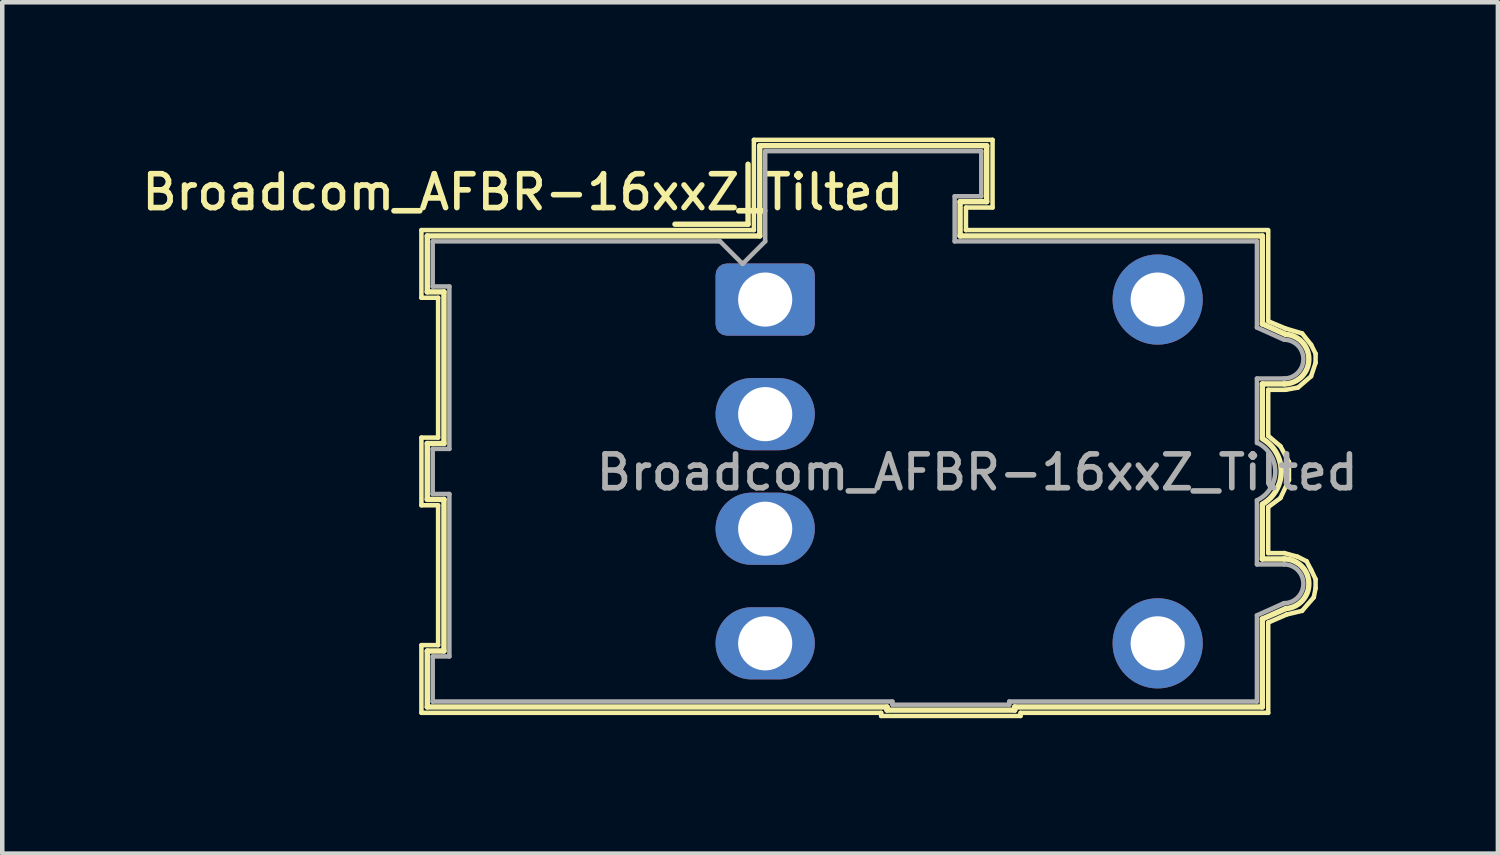
<source format=kicad_pcb>
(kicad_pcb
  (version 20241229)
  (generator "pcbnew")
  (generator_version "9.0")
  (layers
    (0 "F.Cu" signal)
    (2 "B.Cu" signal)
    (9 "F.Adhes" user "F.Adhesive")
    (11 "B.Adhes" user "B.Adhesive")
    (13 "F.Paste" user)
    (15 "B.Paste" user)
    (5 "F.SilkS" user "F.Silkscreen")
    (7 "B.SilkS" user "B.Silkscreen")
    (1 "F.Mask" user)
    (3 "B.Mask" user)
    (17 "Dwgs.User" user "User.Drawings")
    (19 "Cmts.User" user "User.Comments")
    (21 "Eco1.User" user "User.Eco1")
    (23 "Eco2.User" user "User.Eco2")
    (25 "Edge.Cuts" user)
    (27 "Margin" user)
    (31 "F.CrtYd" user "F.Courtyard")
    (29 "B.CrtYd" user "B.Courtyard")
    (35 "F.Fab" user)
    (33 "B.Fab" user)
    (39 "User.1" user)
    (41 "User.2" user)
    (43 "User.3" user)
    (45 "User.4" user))
  (footprint "Broadcom_AFBR-16xxZ_Tilted"
    (layer "F.Cu")
    (at 13.911 3.59)
    (property "Reference" "Broadcom_AFBR-16xxZ_Tilted" (at -5.37 -2.38 0) (layer "F.SilkS") (effects (font (size 0.75 0.75) (thickness 0.125))))
    (attr through_hole)
    (fp_line (start -7.62 -1.54) (end -0.25 -1.54) (stroke (width 0.1) (type solid)) (layer "F.SilkS"))
    (fp_line (start -7.62 -0.04) (end -7.62 -1.54) (stroke (width 0.1) (type solid)) (layer "F.SilkS"))
    (fp_line (start -7.62 3.06) (end -7.25 3.06) (stroke (width 0.1) (type solid)) (layer "F.SilkS"))
    (fp_line (start -7.62 4.56) (end -7.62 3.06) (stroke (width 0.1) (type solid)) (layer "F.SilkS"))
    (fp_line (start -7.62 7.66) (end -7.25 7.66) (stroke (width 0.1) (type solid)) (layer "F.SilkS"))
    (fp_line (start -7.62 9.16) (end -7.62 7.66) (stroke (width 0.1) (type solid)) (layer "F.SilkS"))
    (fp_line (start -7.49 -1.41) (end -0.12 -1.41) (stroke (width 0.12) (type solid)) (layer "F.SilkS"))
    (fp_line (start -7.49 -0.17) (end -7.49 -1.41) (stroke (width 0.12) (type solid)) (layer "F.SilkS"))
    (fp_line (start -7.49 3.19) (end -7.12 3.19) (stroke (width 0.12) (type solid)) (layer "F.SilkS"))
    (fp_line (start -7.49 4.43) (end -7.49 3.19) (stroke (width 0.12) (type solid)) (layer "F.SilkS"))
    (fp_line (start -7.49 7.79) (end -7.12 7.79) (stroke (width 0.12) (type solid)) (layer "F.SilkS"))
    (fp_line (start -7.49 9.03) (end -7.49 7.79) (stroke (width 0.12) (type solid)) (layer "F.SilkS"))
    (fp_line (start -7.25 -0.04) (end -7.62 -0.04) (stroke (width 0.1) (type solid)) (layer "F.SilkS"))
    (fp_line (start -7.25 3.06) (end -7.25 -0.04) (stroke (width 0.1) (type solid)) (layer "F.SilkS"))
    (fp_line (start -7.25 4.56) (end -7.62 4.56) (stroke (width 0.1) (type solid)) (layer "F.SilkS"))
    (fp_line (start -7.25 7.66) (end -7.25 4.56) (stroke (width 0.1) (type solid)) (layer "F.SilkS"))
    (fp_line (start -7.12 -0.17) (end -7.49 -0.17) (stroke (width 0.12) (type solid)) (layer "F.SilkS"))
    (fp_line (start -7.12 3.19) (end -7.12 -0.17) (stroke (width 0.12) (type solid)) (layer "F.SilkS"))
    (fp_line (start -7.12 4.43) (end -7.49 4.43) (stroke (width 0.12) (type solid)) (layer "F.SilkS"))
    (fp_line (start -7.12 7.79) (end -7.12 4.43) (stroke (width 0.12) (type solid)) (layer "F.SilkS"))
    (fp_line (start -0.38 -3) (end -0.38 -1.67) (stroke (width 0.12) (type solid)) (layer "F.SilkS"))
    (fp_line (start -0.38 -1.67) (end -2 -1.67) (stroke (width 0.12) (type solid)) (layer "F.SilkS"))
    (fp_line (start -0.25 -3.54) (end 5.04 -3.54) (stroke (width 0.1) (type solid)) (layer "F.SilkS"))
    (fp_line (start -0.25 -1.54) (end -0.25 -3.54) (stroke (width 0.1) (type solid)) (layer "F.SilkS"))
    (fp_line (start -0.12 -3.41) (end 4.91 -3.41) (stroke (width 0.12) (type solid)) (layer "F.SilkS"))
    (fp_line (start -0.12 -1.41) (end -0.12 -3.41) (stroke (width 0.12) (type solid)) (layer "F.SilkS"))
    (fp_line (start 2.57 9.16) (end -7.62 9.16) (stroke (width 0.1) (type solid)) (layer "F.SilkS"))
    (fp_line (start 2.57 9.23) (end 2.57 9.16) (stroke (width 0.1) (type solid)) (layer "F.SilkS"))
    (fp_line (start 2.7 9.03) (end -7.49 9.03) (stroke (width 0.12) (type solid)) (layer "F.SilkS"))
    (fp_line (start 2.7 9.1) (end 2.7 9.03) (stroke (width 0.12) (type solid)) (layer "F.SilkS"))
    (fp_line (start 4.32 -2.17) (end 4.32 -1.41) (stroke (width 0.12) (type solid)) (layer "F.SilkS"))
    (fp_line (start 4.32 -1.41) (end 11.02 -1.41) (stroke (width 0.12) (type solid)) (layer "F.SilkS"))
    (fp_line (start 4.45 -1.54) (end 4.45 -2.04) (stroke (width 0.1) (type solid)) (layer "F.SilkS"))
    (fp_line (start 4.45 -1.54) (end 11.15 -1.54) (stroke (width 0.1) (type solid)) (layer "F.SilkS"))
    (fp_line (start 4.91 -3.41) (end 4.91 -2.17) (stroke (width 0.12) (type solid)) (layer "F.SilkS"))
    (fp_line (start 4.91 -2.17) (end 4.32 -2.17) (stroke (width 0.12) (type solid)) (layer "F.SilkS"))
    (fp_line (start 5.04 -3.54) (end 5.04 -2.04) (stroke (width 0.1) (type solid)) (layer "F.SilkS"))
    (fp_line (start 5.04 -2.04) (end 4.45 -2.04) (stroke (width 0.1) (type solid)) (layer "F.SilkS"))
    (fp_line (start 5.53 9.03) (end 5.53 9.1) (stroke (width 0.12) (type solid)) (layer "F.SilkS"))
    (fp_line (start 5.53 9.1) (end 2.7 9.1) (stroke (width 0.12) (type solid)) (layer "F.SilkS"))
    (fp_line (start 5.66 9.16) (end 5.66 9.23) (stroke (width 0.1) (type solid)) (layer "F.SilkS"))
    (fp_line (start 5.66 9.23) (end 2.57 9.23) (stroke (width 0.1) (type solid)) (layer "F.SilkS"))
    (fp_line (start 11.02 -1.41) (end 11.02 0.54) (stroke (width 0.12) (type solid)) (layer "F.SilkS"))
    (fp_line (start 11.02 0.54) (end 11.53 0.77) (stroke (width 0.12) (type solid)) (layer "F.SilkS"))
    (fp_line (start 11.02 1.87) (end 11.02 3.08) (stroke (width 0.12) (type solid)) (layer "F.SilkS"))
    (fp_line (start 11.02 4.54) (end 11.02 5.75) (stroke (width 0.12) (type solid)) (layer "F.SilkS"))
    (fp_line (start 11.02 5.75) (end 11.51 5.75) (stroke (width 0.12) (type solid)) (layer "F.SilkS"))
    (fp_line (start 11.02 7.08) (end 11.02 9.03) (stroke (width 0.12) (type solid)) (layer "F.SilkS"))
    (fp_line (start 11.02 9.03) (end 5.53 9.03) (stroke (width 0.12) (type solid)) (layer "F.SilkS"))
    (fp_line (start 11.15 -1.51) (end 11.15 0.47) (stroke (width 0.1) (type solid)) (layer "F.SilkS"))
    (fp_line (start 11.15 0.48) (end 11.53 0.64) (stroke (width 0.1) (type solid)) (layer "F.SilkS"))
    (fp_line (start 11.15 2) (end 11.15 3.02) (stroke (width 0.1) (type solid)) (layer "F.SilkS"))
    (fp_line (start 11.15 4.6) (end 11.15 5.62) (stroke (width 0.1) (type solid)) (layer "F.SilkS"))
    (fp_line (start 11.15 4.6) (end 11.42 4.4) (stroke (width 0.1) (type solid)) (layer "F.SilkS"))
    (fp_line (start 11.15 5.62) (end 11.51 5.62) (stroke (width 0.1) (type solid)) (layer "F.SilkS"))
    (fp_line (start 11.15 7.16) (end 11.15 9.16) (stroke (width 0.1) (type solid)) (layer "F.SilkS"))
    (fp_line (start 11.15 9.16) (end 5.66 9.16) (stroke (width 0.1) (type solid)) (layer "F.SilkS"))
    (fp_line (start 11.42 3.25) (end 11.15 3.02) (stroke (width 0.1) (type solid)) (layer "F.SilkS"))
    (fp_line (start 11.42 4.4) (end 11.61 4) (stroke (width 0.1) (type solid)) (layer "F.SilkS"))
    (fp_line (start 11.51 1.87) (end 11.02 1.87) (stroke (width 0.12) (type solid)) (layer "F.SilkS"))
    (fp_line (start 11.54 2) (end 11.15 2) (stroke (width 0.1) (type solid)) (layer "F.SilkS"))
    (fp_line (start 11.54 2) (end 11.81 1.95) (stroke (width 0.1) (type solid)) (layer "F.SilkS"))
    (fp_line (start 11.54 6.85) (end 11.02 7.08) (stroke (width 0.12) (type solid)) (layer "F.SilkS"))
    (fp_line (start 11.56 6.98) (end 11.15 7.16) (stroke (width 0.1) (type solid)) (layer "F.SilkS"))
    (fp_line (start 11.56 6.98) (end 11.9 6.9) (stroke (width 0.1) (type solid)) (layer "F.SilkS"))
    (fp_line (start 11.61 3.6) (end 11.42 3.25) (stroke (width 0.1) (type solid)) (layer "F.SilkS"))
    (fp_line (start 11.61 4) (end 11.61 3.6) (stroke (width 0.1) (type solid)) (layer "F.SilkS"))
    (fp_line (start 11.8 5.7) (end 11.51 5.62) (stroke (width 0.1) (type solid)) (layer "F.SilkS"))
    (fp_line (start 11.81 1.95) (end 12.1 1.7) (stroke (width 0.1) (type solid)) (layer "F.SilkS"))
    (fp_line (start 11.9 0.75) (end 11.53 0.64) (stroke (width 0.1) (type solid)) (layer "F.SilkS"))
    (fp_line (start 11.9 6.9) (end 12.16 6.6) (stroke (width 0.1) (type solid)) (layer "F.SilkS"))
    (fp_line (start 12 5.8) (end 11.8 5.7) (stroke (width 0.1) (type solid)) (layer "F.SilkS"))
    (fp_line (start 12.1 1) (end 11.9 0.75) (stroke (width 0.1) (type solid)) (layer "F.SilkS"))
    (fp_line (start 12.1 1.7) (end 12.2 1.4) (stroke (width 0.1) (type solid)) (layer "F.SilkS"))
    (fp_line (start 12.1 5.99) (end 12 5.8) (stroke (width 0.1) (type solid)) (layer "F.SilkS"))
    (fp_line (start 12.16 6.6) (end 12.2 6.4) (stroke (width 0.1) (type solid)) (layer "F.SilkS"))
    (fp_line (start 12.2 1.2) (end 12.1 1) (stroke (width 0.1) (type solid)) (layer "F.SilkS"))
    (fp_line (start 12.2 1.4) (end 12.2 1.2) (stroke (width 0.1) (type solid)) (layer "F.SilkS"))
    (fp_line (start 12.2 6.2) (end 12.1 5.99) (stroke (width 0.1) (type solid)) (layer "F.SilkS"))
    (fp_line (start 12.2 6.4) (end 12.2 6.2) (stroke (width 0.1) (type solid)) (layer "F.SilkS"))
    (fp_arc (start 11.036042 3.093643) (mid 11.438622 3.813528) (end 11.03 4.53) (stroke (width 0.12) (type solid)) (layer "F.SilkS"))
    (fp_arc (start 11.5 5.748547) (mid 12.05109 6.279987) (end 11.54 6.85) (stroke (width 0.12) (type solid)) (layer "F.SilkS"))
    (fp_arc (start 11.539894 0.771449) (mid 12.049637 1.33996) (end 11.5 1.87) (stroke (width 0.12) (type solid)) (layer "F.SilkS"))
    (fp_line (start -7.37 -1.29) (end -7.37 -0.29) (stroke (width 0.1) (type solid)) (layer "F.Fab"))
    (fp_line (start -7.37 -0.29) (end -7 -0.29) (stroke (width 0.1) (type solid)) (layer "F.Fab"))
    (fp_line (start -7.37 3.31) (end -7.37 4.31) (stroke (width 0.1) (type solid)) (layer "F.Fab"))
    (fp_line (start -7.37 4.31) (end -7 4.31) (stroke (width 0.1) (type solid)) (layer "F.Fab"))
    (fp_line (start -7.37 7.91) (end -7.37 8.91) (stroke (width 0.1) (type solid)) (layer "F.Fab"))
    (fp_line (start -7.37 8.91) (end 2.82 8.91) (stroke (width 0.1) (type solid)) (layer "F.Fab"))
    (fp_line (start -7 -0.29) (end -7 3.31) (stroke (width 0.1) (type solid)) (layer "F.Fab"))
    (fp_line (start -7 3.31) (end -7.37 3.31) (stroke (width 0.1) (type solid)) (layer "F.Fab"))
    (fp_line (start -7 4.31) (end -7 7.91) (stroke (width 0.1) (type solid)) (layer "F.Fab"))
    (fp_line (start -7 7.91) (end -7.37 7.91) (stroke (width 0.1) (type solid)) (layer "F.Fab"))
    (fp_line (start -1 -1.29) (end -7.37 -1.29) (stroke (width 0.1) (type solid)) (layer "F.Fab"))
    (fp_line (start -1 -1.29) (end -0.5 -0.79) (stroke (width 0.1) (type solid)) (layer "F.Fab"))
    (fp_line (start -0.5 -0.79) (end 0 -1.29) (stroke (width 0.1) (type solid)) (layer "F.Fab"))
    (fp_line (start 0 -3.29) (end 0 -1.29) (stroke (width 0.1) (type solid)) (layer "F.Fab"))
    (fp_line (start 2.82 8.91) (end 2.82 8.98) (stroke (width 0.1) (type solid)) (layer "F.Fab"))
    (fp_line (start 2.82 8.98) (end 5.41 8.98) (stroke (width 0.1) (type solid)) (layer "F.Fab"))
    (fp_line (start 4.2 -2.29) (end 4.79 -2.29) (stroke (width 0.1) (type solid)) (layer "F.Fab"))
    (fp_line (start 4.2 -1.29) (end 4.2 -2.29) (stroke (width 0.1) (type solid)) (layer "F.Fab"))
    (fp_line (start 4.79 -3.29) (end 0 -3.29) (stroke (width 0.1) (type solid)) (layer "F.Fab"))
    (fp_line (start 4.79 -3.29) (end 4.79 -2.29) (stroke (width 0.1) (type solid)) (layer "F.Fab"))
    (fp_line (start 5.41 8.91) (end 10.9 8.91) (stroke (width 0.1) (type solid)) (layer "F.Fab"))
    (fp_line (start 5.41 8.98) (end 5.41 8.91) (stroke (width 0.1) (type solid)) (layer "F.Fab"))
    (fp_line (start 10.9 -1.29) (end 4.2 -1.29) (stroke (width 0.1) (type solid)) (layer "F.Fab"))
    (fp_line (start 10.9 0.62) (end 10.9 -1.29) (stroke (width 0.1) (type solid)) (layer "F.Fab"))
    (fp_line (start 10.9 1.75) (end 11.51 1.75) (stroke (width 0.1) (type solid)) (layer "F.Fab"))
    (fp_line (start 10.9 3.18) (end 10.9 1.75) (stroke (width 0.1) (type solid)) (layer "F.Fab"))
    (fp_line (start 10.9 5.87) (end 10.9 4.45) (stroke (width 0.1) (type solid)) (layer "F.Fab"))
    (fp_line (start 10.9 7) (end 11.5 6.73) (stroke (width 0.1) (type solid)) (layer "F.Fab"))
    (fp_line (start 10.9 8.91) (end 10.9 7) (stroke (width 0.1) (type solid)) (layer "F.Fab"))
    (fp_line (start 11.5 0.89) (end 10.9 0.62) (stroke (width 0.1) (type solid)) (layer "F.Fab"))
    (fp_line (start 11.51 5.87) (end 10.9 5.87) (stroke (width 0.1) (type solid)) (layer "F.Fab"))
    (fp_arc (start 10.912068 3.175797) (mid 11.306792 3.816694) (end 10.9 4.45) (stroke (width 0.1) (type solid)) (layer "F.Fab"))
    (fp_arc (start 11.5 5.87) (mid 11.93 6.3) (end 11.5 6.73) (stroke (width 0.1) (type solid)) (layer "F.Fab"))
    (fp_arc (start 11.509756 0.890111) (mid 11.929972 1.324878) (end 11.5 1.75) (stroke (width 0.1) (type solid)) (layer "F.Fab"))
    (fp_text user "${REFERENCE}" (at 4.7 3.83 0) (layer "F.Fab") (effects (font (size 0.75 0.75) (thickness 0.125))))
    (pad "1" thru_hole roundrect (at 0 0) (size 2.2 1.6) (drill 1.2) (layers "*.Cu" "*.Mask") (roundrect_rratio 0.156))
    (pad "2" thru_hole oval (at 0 2.54) (size 2.2 1.6) (drill 1.2) (layers "*.Cu" "*.Mask"))
    (pad "3" thru_hole oval (at 0 5.08) (size 2.2 1.6) (drill 1.2) (layers "*.Cu" "*.Mask"))
    (pad "4" thru_hole oval (at 0 7.62) (size 2.2 1.6) (drill 1.2) (layers "*.Cu" "*.Mask"))
    (pad "5" thru_hole circle (at 8.7 7.62) (size 2 2) (drill 1.2) (layers "*.Cu" "*.Mask"))
    (pad "8" thru_hole circle (at 8.7 0) (size 2 2) (drill 1.2) (layers "*.Cu" "*.Mask")))
  (gr_rect
    (start -3 -3)
    (end 30.152 15.87)
    (stroke (width 0.1) (type default))
    (fill no)
    (layer "Edge.Cuts")))
</source>
